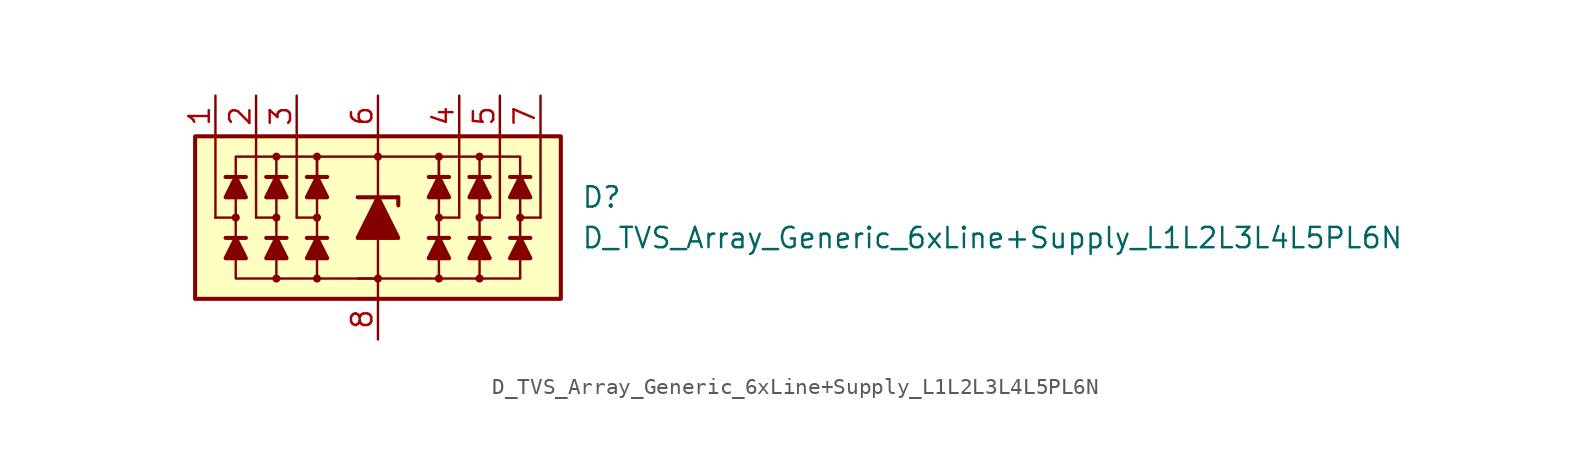
<source format=kicad_sym>
(kicad_symbol_lib
  (version 20211014)
  (generator kicad_symbol_editor)
  (symbol "D_TVS_Array_Generic_6xLine+Supply_L1L2L3L4L5PL6N"
    (pin_names
      (offset 1.016) hide)
    (property "Reference" "D"
      (at 12.7 1.27 0)
      (effects (font (size 1.27 1.27)) (justify left)))
    (property "Value" "D_TVS_Array_Generic_6xLine+Supply_L1L2L3L4L5PL6N"
      (at 12.7 -1.27 0)
      (effects (font (size 1.27 1.27)) (justify left)))
    (symbol "D_TVS_Array_Generic_6xLine+Supply_L1L2L3L4L5PL6N_0_1"
      (rectangle (start -11.43 5.08) (end 11.43 -5.08) (stroke (width 0.254) (type default) (color 0 0 0 0)) (fill (type background)))
      (circle (center -3.81 0) (radius 0.178) (stroke (width 0) (type default) (color 0 0 0 0)) (fill (type outline)))
      (polyline (pts (xy -8.255 -1.27) (xy -9.525 -1.27)) (stroke (width 0.254) (type default) (color 0 0 0 0)) (fill (type none)))
      (polyline (pts (xy -8.255 2.54) (xy -9.525 2.54)) (stroke (width 0.254) (type default) (color 0 0 0 0)) (fill (type none)))
      (polyline (pts (xy -5.715 -1.27) (xy -6.985 -1.27)) (stroke (width 0.254) (type default) (color 0 0 0 0)) (fill (type none)))
      (polyline (pts (xy -5.715 2.54) (xy -6.985 2.54)) (stroke (width 0.254) (type default) (color 0 0 0 0)) (fill (type none)))
      (polyline (pts (xy -5.08 0) (xy -5.08 5.08)) (stroke (width 0) (type default) (color 0 0 0 0)) (fill (type none)))
      (polyline (pts (xy -3.81 -1.27) (xy -3.81 1.27)) (stroke (width 0) (type default) (color 0 0 0 0)) (fill (type none)))
      (polyline (pts (xy -3.81 0) (xy -5.08 0)) (stroke (width 0) (type default) (color 0 0 0 0)) (fill (type none)))
      (polyline (pts (xy -3.175 -1.27) (xy -4.445 -1.27)) (stroke (width 0.254) (type default) (color 0 0 0 0)) (fill (type none)))
      (polyline (pts (xy -3.175 2.54) (xy -4.445 2.54)) (stroke (width 0.254) (type default) (color 0 0 0 0)) (fill (type none)))
      (polyline (pts (xy 0 -1.27) (xy 0 -5.08)) (stroke (width 0) (type default) (color 0 0 0 0)) (fill (type none)))
      (polyline (pts (xy 0 1.27) (xy 0 5.08)) (stroke (width 0.152) (type default) (color 0 0 0 0)) (fill (type none)))
      (polyline (pts (xy 3.81 -1.27) (xy 3.81 1.27)) (stroke (width 0) (type default) (color 0 0 0 0)) (fill (type none)))
      (polyline (pts (xy 3.81 0) (xy 5.08 0)) (stroke (width 0) (type default) (color 0 0 0 0)) (fill (type none)))
      (polyline (pts (xy 3.81 3.81) (xy 6.35 3.81)) (stroke (width 0.152) (type default) (color 0 0 0 0)) (fill (type none)))
      (polyline (pts (xy 4.445 -1.27) (xy 3.175 -1.27)) (stroke (width 0.254) (type default) (color 0 0 0 0)) (fill (type none)))
      (polyline (pts (xy 4.445 2.54) (xy 3.175 2.54)) (stroke (width 0.254) (type default) (color 0 0 0 0)) (fill (type none)))
      (polyline (pts (xy 5.08 0) (xy 5.08 5.08)) (stroke (width 0) (type default) (color 0 0 0 0)) (fill (type none)))
      (polyline (pts (xy 6.35 3.81) (xy 6.35 -3.81)) (stroke (width 0.152) (type default) (color 0 0 0 0)) (fill (type none)))
      (polyline (pts (xy 6.985 -1.27) (xy 5.715 -1.27)) (stroke (width 0.254) (type default) (color 0 0 0 0)) (fill (type none)))
      (polyline (pts (xy 6.985 2.54) (xy 5.715 2.54)) (stroke (width 0.254) (type default) (color 0 0 0 0)) (fill (type none)))
      (polyline (pts (xy 8.255 -1.27) (xy 9.525 -1.27)) (stroke (width 0.254) (type default) (color 0 0 0 0)) (fill (type none)))
      (polyline (pts (xy 8.255 2.54) (xy 9.525 2.54)) (stroke (width 0.254) (type default) (color 0 0 0 0)) (fill (type none)))
      (polyline (pts (xy 6.35 -3.81) (xy -1.27 -3.81) (xy 0 -3.81)) (stroke (width 0.152) (type default) (color 0 0 0 0)) (fill (type none)))
      (polyline (pts (xy -8.89 -1.27) (xy -8.255 -2.54) (xy -9.525 -2.54) (xy -8.89 -1.27)) (stroke (width 0.254) (type default) (color 0 0 0 0)) (fill (type outline)))
      (polyline (pts (xy -8.89 2.54) (xy -8.255 1.27) (xy -9.525 1.27) (xy -8.89 2.54)) (stroke (width 0.254) (type default) (color 0 0 0 0)) (fill (type outline)))
      (polyline (pts (xy -6.35 -1.27) (xy -5.715 -2.54) (xy -6.985 -2.54) (xy -6.35 -1.27)) (stroke (width 0.254) (type default) (color 0 0 0 0)) (fill (type outline)))
      (polyline (pts (xy -6.35 2.54) (xy -5.715 1.27) (xy -6.985 1.27) (xy -6.35 2.54)) (stroke (width 0.254) (type default) (color 0 0 0 0)) (fill (type outline)))
      (polyline (pts (xy -6.35 3.81) (xy -8.89 3.81) (xy -8.89 -3.81) (xy -6.35 -3.81)) (stroke (width 0.152) (type default) (color 0 0 0 0)) (fill (type none)))
      (polyline (pts (xy -3.81 -1.27) (xy -3.175 -2.54) (xy -4.445 -2.54) (xy -3.81 -1.27)) (stroke (width 0.254) (type default) (color 0 0 0 0)) (fill (type outline)))
      (polyline (pts (xy -3.81 2.54) (xy -3.81 3.81) (xy 3.81 3.81) (xy 3.81 2.54)) (stroke (width 0) (type default) (color 0 0 0 0)) (fill (type none)))
      (polyline (pts (xy -3.81 2.54) (xy -3.175 1.27) (xy -4.445 1.27) (xy -3.81 2.54)) (stroke (width 0.254) (type default) (color 0 0 0 0)) (fill (type outline)))
      (polyline (pts (xy 0 -3.81) (xy -6.35 -3.81) (xy -6.35 3.81) (xy -3.81 3.81)) (stroke (width 0) (type default) (color 0 0 0 0)) (fill (type none)))
      (polyline (pts (xy 3.81 -1.27) (xy 4.445 -2.54) (xy 3.175 -2.54) (xy 3.81 -1.27)) (stroke (width 0.254) (type default) (color 0 0 0 0)) (fill (type outline)))
      (polyline (pts (xy 3.81 2.54) (xy 4.445 1.27) (xy 3.175 1.27) (xy 3.81 2.54)) (stroke (width 0.254) (type default) (color 0 0 0 0)) (fill (type outline)))
      (polyline (pts (xy 6.35 -1.27) (xy 6.985 -2.54) (xy 5.715 -2.54) (xy 6.35 -1.27)) (stroke (width 0.254) (type default) (color 0 0 0 0)) (fill (type outline)))
      (polyline (pts (xy 6.35 2.54) (xy 6.985 1.27) (xy 5.715 1.27) (xy 6.35 2.54)) (stroke (width 0.254) (type default) (color 0 0 0 0)) (fill (type outline)))
      (polyline (pts (xy 6.35 3.81) (xy 8.89 3.81) (xy 8.89 -3.81) (xy 6.35 -3.81)) (stroke (width 0.152) (type default) (color 0 0 0 0)) (fill (type none)))
      (polyline (pts (xy 8.89 -1.27) (xy 8.255 -2.54) (xy 9.525 -2.54) (xy 8.89 -1.27)) (stroke (width 0.254) (type default) (color 0 0 0 0)) (fill (type outline)))
      (polyline (pts (xy 8.89 2.54) (xy 8.255 1.27) (xy 9.525 1.27) (xy 8.89 2.54)) (stroke (width 0.254) (type default) (color 0 0 0 0)) (fill (type outline)))
      (circle (center 0 3.81) (radius 0.178) (stroke (width 0) (type default) (color 0 0 0 0)) (fill (type outline)))
      (circle (center 3.81 0) (radius 0.178) (stroke (width 0) (type default) (color 0 0 0 0)) (fill (type outline))))
    (symbol "D_TVS_Array_Generic_6xLine+Supply_L1L2L3L4L5PL6N_1_1"
      (circle (center -8.89 0) (radius 0.178) (stroke (width 0) (type default) (color 0 0 0 0)) (fill (type outline)))
      (circle (center -6.35 -3.81) (radius 0.178) (stroke (width 0) (type default) (color 0 0 0 0)) (fill (type outline)))
      (circle (center -6.35 0) (radius 0.178) (stroke (width 0) (type default) (color 0 0 0 0)) (fill (type outline)))
      (circle (center -6.35 3.81) (radius 0.178) (stroke (width 0) (type default) (color 0 0 0 0)) (fill (type outline)))
      (circle (center -3.81 -3.81) (radius 0.178) (stroke (width 0) (type default) (color 0 0 0 0)) (fill (type outline)))
      (circle (center -3.81 3.81) (radius 0.178) (stroke (width 0) (type default) (color 0 0 0 0)) (fill (type outline)))
      (circle (center 0 -3.81) (radius 0.178) (stroke (width 0) (type default) (color 0 0 0 0)) (fill (type outline)))
      (polyline (pts (xy -10.16 0) (xy -10.16 5.08)) (stroke (width 0) (type default) (color 0 0 0 0)) (fill (type none)))
      (polyline (pts (xy -8.89 0) (xy -10.16 0)) (stroke (width 0) (type default) (color 0 0 0 0)) (fill (type none)))
      (polyline (pts (xy -7.62 0) (xy -7.62 5.08)) (stroke (width 0) (type default) (color 0 0 0 0)) (fill (type none)))
      (polyline (pts (xy -6.35 0) (xy -7.62 0)) (stroke (width 0) (type default) (color 0 0 0 0)) (fill (type none)))
      (polyline (pts (xy -3.81 -3.81) (xy -3.81 -1.27)) (stroke (width 0) (type default) (color 0 0 0 0)) (fill (type none)))
      (polyline (pts (xy -3.81 1.27) (xy -3.81 3.81)) (stroke (width 0) (type default) (color 0 0 0 0)) (fill (type none)))
      (polyline (pts (xy -1.27 1.27) (xy 1.27 1.27)) (stroke (width 0.254) (type default) (color 0 0 0 0)) (fill (type none)))
      (polyline (pts (xy 0 -1.27) (xy 0 1.27)) (stroke (width 0) (type default) (color 0 0 0 0)) (fill (type none)))
      (polyline (pts (xy 1.27 1.27) (xy 1.27 0.762)) (stroke (width 0.254) (type default) (color 0 0 0 0)) (fill (type none)))
      (polyline (pts (xy 3.81 -3.81) (xy 3.81 -1.27)) (stroke (width 0) (type default) (color 0 0 0 0)) (fill (type none)))
      (polyline (pts (xy 3.81 1.27) (xy 3.81 3.81)) (stroke (width 0) (type default) (color 0 0 0 0)) (fill (type none)))
      (polyline (pts (xy 6.35 0) (xy 7.62 0)) (stroke (width 0) (type default) (color 0 0 0 0)) (fill (type none)))
      (polyline (pts (xy 7.62 0) (xy 7.62 5.08)) (stroke (width 0) (type default) (color 0 0 0 0)) (fill (type none)))
      (polyline (pts (xy 8.89 0) (xy 10.16 0)) (stroke (width 0) (type default) (color 0 0 0 0)) (fill (type none)))
      (polyline (pts (xy 10.16 0) (xy 10.16 5.08)) (stroke (width 0) (type default) (color 0 0 0 0)) (fill (type none)))
      (polyline (pts (xy 1.27 -1.27) (xy -1.27 -1.27) (xy 0 1.27) (xy 1.27 -1.27)) (stroke (width 0.254) (type default) (color 0 0 0 0)) (fill (type outline)))
      (circle (center 3.81 -3.81) (radius 0.178) (stroke (width 0) (type default) (color 0 0 0 0)) (fill (type outline)))
      (circle (center 3.81 3.81) (radius 0.178) (stroke (width 0) (type default) (color 0 0 0 0)) (fill (type outline)))
      (circle (center 6.35 -3.81) (radius 0.178) (stroke (width 0) (type default) (color 0 0 0 0)) (fill (type outline)))
      (circle (center 6.35 0) (radius 0.178) (stroke (width 0) (type default) (color 0 0 0 0)) (fill (type outline)))
      (circle (center 6.35 3.81) (radius 0.178) (stroke (width 0) (type default) (color 0 0 0 0)) (fill (type outline)))
      (circle (center 8.89 0) (radius 0.178) (stroke (width 0) (type default) (color 0 0 0 0)) (fill (type outline)))
      (pin passive line (at -10.16 7.62 270) (length 2.54) (name "L1" (effects (font (size 1.27 1.27)))) (number "1" (effects (font (size 1.27 1.27)))))
      (pin passive line (at -7.62 7.62 270) (length 2.54) (name "L2" (effects (font (size 1.27 1.27)))) (number "2" (effects (font (size 1.27 1.27)))))
      (pin passive line (at -5.08 7.62 270) (length 2.54) (name "L3" (effects (font (size 1.27 1.27)))) (number "3" (effects (font (size 1.27 1.27)))))
      (pin passive line (at 5.08 7.62 270) (length 2.54) (name "L4" (effects (font (size 1.27 1.27)))) (number "4" (effects (font (size 1.27 1.27)))))
      (pin passive line (at 7.62 7.62 270) (length 2.54) (name "L5" (effects (font (size 1.27 1.27)))) (number "5" (effects (font (size 1.27 1.27)))))
      (pin passive line (at 0 7.62 270) (length 2.54) (name "VP" (effects (font (size 1.27 1.27)))) (number "6" (effects (font (size 1.27 1.27)))))
      (pin passive line (at 10.16 7.62 270) (length 2.54) (name "L6" (effects (font (size 1.27 1.27)))) (number "7" (effects (font (size 1.27 1.27)))))
      (pin passive line (at 0 -7.62 90) (length 2.54) (name "VN" (effects (font (size 1.27 1.27)))) (number "8" (effects (font (size 1.27 1.27))))))))
</source>
